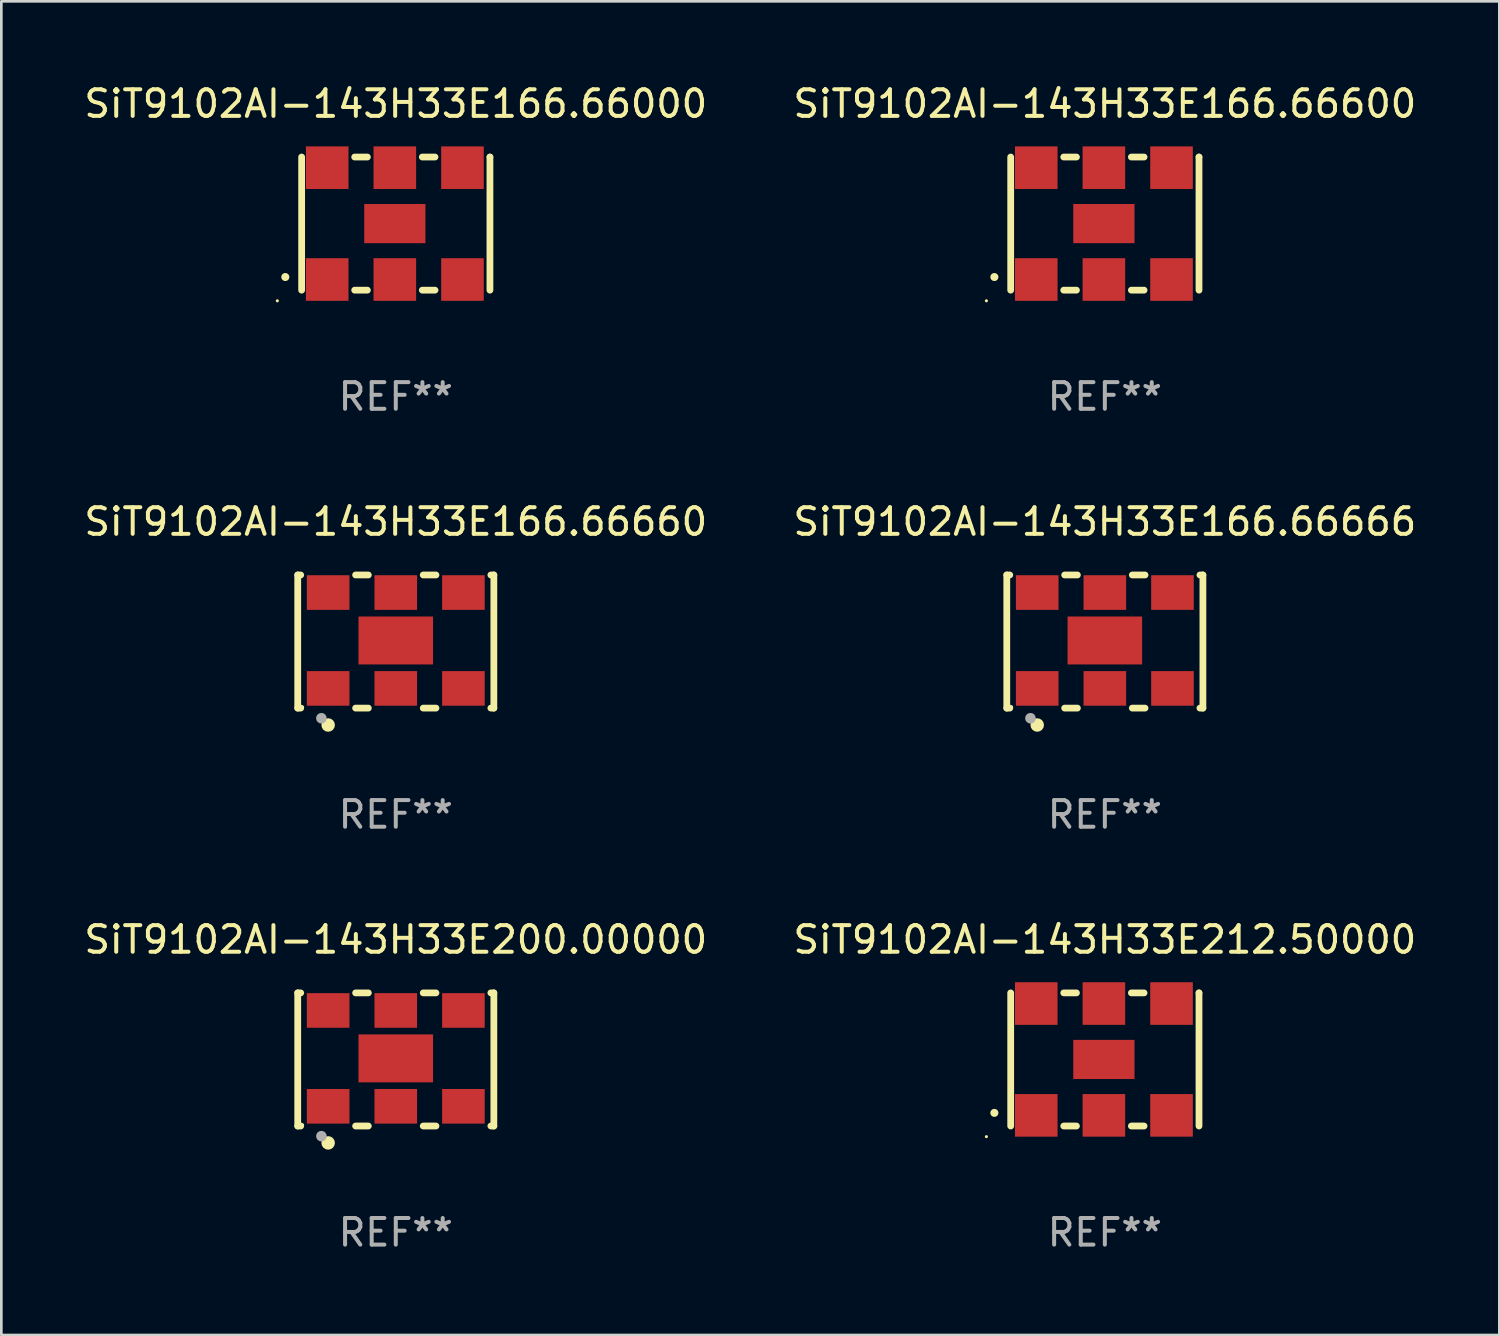
<source format=kicad_pcb>
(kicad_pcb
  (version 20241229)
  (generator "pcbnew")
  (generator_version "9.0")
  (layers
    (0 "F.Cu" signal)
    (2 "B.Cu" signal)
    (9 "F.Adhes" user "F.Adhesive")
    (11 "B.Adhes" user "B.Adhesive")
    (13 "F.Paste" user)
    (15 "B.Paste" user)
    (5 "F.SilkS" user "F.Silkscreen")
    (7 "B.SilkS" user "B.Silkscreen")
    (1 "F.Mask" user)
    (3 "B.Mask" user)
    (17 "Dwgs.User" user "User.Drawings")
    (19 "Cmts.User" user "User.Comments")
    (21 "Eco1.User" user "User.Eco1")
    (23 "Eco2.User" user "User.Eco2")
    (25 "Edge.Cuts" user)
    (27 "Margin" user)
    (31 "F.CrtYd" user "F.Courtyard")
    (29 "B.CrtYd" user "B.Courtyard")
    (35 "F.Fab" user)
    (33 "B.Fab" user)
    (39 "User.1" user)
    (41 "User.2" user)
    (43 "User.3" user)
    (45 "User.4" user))
  (footprint "SiT9102AI-143H33E212.50000"
    (layer "F.Cu")
    (at 38.446 36.741)
    (property "Reference" "SiT9102AI-143H33E212.50000" (at 0 -4.5 0) (layer "F.SilkS") (effects (font (size 1 1) (thickness 0.15))))
    (attr through_hole)
    (fp_line (start -3.536 -2.5) (end -3.536 2.5) (stroke (width 0.254) (type solid)) (layer "F.SilkS"))
    (fp_line (start -1.544 2.5) (end -1.067 2.5) (stroke (width 0.254) (type solid)) (layer "F.SilkS"))
    (fp_line (start -1.067 -2.5) (end -1.544 -2.5) (stroke (width 0.254) (type solid)) (layer "F.SilkS"))
    (fp_line (start 0.996 2.5) (end 1.473 2.5) (stroke (width 0.254) (type solid)) (layer "F.SilkS"))
    (fp_line (start 1.473 -2.5) (end 0.996 -2.5) (stroke (width 0.254) (type solid)) (layer "F.SilkS"))
    (fp_line (start 3.536 -2.5) (end 3.536 -2.5) (stroke (width 0.254) (type solid)) (layer "F.SilkS"))
    (fp_line (start 3.536 2.5) (end 3.536 -2.5) (stroke (width 0.254) (type solid)) (layer "F.SilkS"))
    (fp_arc (start -4.150432 2.006604) (mid -4.149162 2.006599) (end -4.147892 2.006604) (stroke (width 0.3) (type solid)) (layer "F.SilkS"))
    (fp_circle (center -4.449 2.9) (end -4.419 2.9) (stroke (width 0.06) (type solid)) (fill no) (layer "F.SilkS"))
    (fp_text user "REF**" (at 0 6.5 0) (layer "F.Fab") (effects (font (size 1 1) (thickness 0.15))))
    (pad "1" smd rect (at -2.576 2.1) (size 1.6 1.6) (layers "F.Cu" "F.Mask" "F.Paste"))
    (pad "2" smd rect (at -0.036 2.1) (size 1.6 1.6) (layers "F.Cu" "F.Mask" "F.Paste"))
    (pad "3" smd rect (at 2.504 2.1) (size 1.6 1.6) (layers "F.Cu" "F.Mask" "F.Paste"))
    (pad "4" smd rect (at 2.504 -2.1) (size 1.6 1.6) (layers "F.Cu" "F.Mask" "F.Paste"))
    (pad "5" smd rect (at -0.036 -2.1) (size 1.6 1.6) (layers "F.Cu" "F.Mask" "F.Paste"))
    (pad "6" smd rect (at -2.576 -2.1) (size 1.6 1.6) (layers "F.Cu" "F.Mask" "F.Paste"))
    (pad "7" smd rect (at -0.036 0) (size 2.3 1.47) (layers "F.Cu" "F.Mask" "F.Paste")))
  (footprint "SiT9102AI-143H33E200.00000"
    (layer "F.Cu")
    (at 11.815 36.741)
    (property "Reference" "SiT9102AI-143H33E200.00000" (at 0 -4.5 0) (layer "F.SilkS") (effects (font (size 1 1) (thickness 0.15))))
    (attr through_hole)
    (fp_line (start -3.683 -2.5) (end -3.571 -2.5) (stroke (width 0.254) (type solid)) (layer "F.SilkS"))
    (fp_line (start -3.683 2.5) (end -3.683 -2.5) (stroke (width 0.254) (type solid)) (layer "F.SilkS"))
    (fp_line (start -3.683 2.5) (end -3.571 2.5) (stroke (width 0.254) (type solid)) (layer "F.SilkS"))
    (fp_line (start -1.509 -2.5) (end -1.031 -2.5) (stroke (width 0.254) (type solid)) (layer "F.SilkS"))
    (fp_line (start -1.509 2.5) (end -1.031 2.5) (stroke (width 0.254) (type solid)) (layer "F.SilkS"))
    (fp_line (start 1.031 -2.5) (end 1.509 -2.5) (stroke (width 0.254) (type solid)) (layer "F.SilkS"))
    (fp_line (start 1.031 2.5) (end 1.509 2.5) (stroke (width 0.254) (type solid)) (layer "F.SilkS"))
    (fp_line (start 3.571 -2.5) (end 3.683 -2.5) (stroke (width 0.254) (type solid)) (layer "F.SilkS"))
    (fp_line (start 3.571 2.5) (end 3.683 2.5) (stroke (width 0.254) (type solid)) (layer "F.SilkS"))
    (fp_line (start 3.683 2.5) (end 3.683 -2.5) (stroke (width 0.254) (type solid)) (layer "F.SilkS"))
    (fp_circle (center -3.5 2.46) (end -3.47 2.46) (stroke (width 0.06) (type solid)) (fill no) (layer "F.SilkS"))
    (fp_circle (center -2.54 3.135) (end -2.413 3.135) (stroke (width 0.254) (type solid)) (fill no) (layer "F.SilkS"))
    (fp_circle (center -2.794 2.881) (end -2.694 2.881) (stroke (width 0.2) (type solid)) (fill no) (layer "F.Fab"))
    (fp_text user "REF**" (at 0 6.5 0) (layer "F.Fab") (effects (font (size 1 1) (thickness 0.15))))
    (pad "1" smd rect (at -2.54 1.76) (size 1.6 1.3) (layers "F.Cu" "F.Mask" "F.Paste"))
    (pad "2" smd rect (at 0 1.76) (size 1.6 1.3) (layers "F.Cu" "F.Mask" "F.Paste"))
    (pad "3" smd rect (at 2.54 1.76) (size 1.6 1.3) (layers "F.Cu" "F.Mask" "F.Paste"))
    (pad "4" smd rect (at 2.54 -1.84) (size 1.6 1.3) (layers "F.Cu" "F.Mask" "F.Paste"))
    (pad "5" smd rect (at 0 -1.84) (size 1.6 1.3) (layers "F.Cu" "F.Mask" "F.Paste"))
    (pad "6" smd rect (at -2.54 -1.84) (size 1.6 1.3) (layers "F.Cu" "F.Mask" "F.Paste"))
    (pad "7" smd rect (at 0 -0.04) (size 2.8 1.8) (layers "F.Cu" "F.Mask" "F.Paste")))
  (footprint "SiT9102AI-143H33E166.66600"
    (layer "F.Cu")
    (at 38.446 5.348)
    (property "Reference" "SiT9102AI-143H33E166.66600" (at 0 -4.5 0) (layer "F.SilkS") (effects (font (size 1 1) (thickness 0.15))))
    (attr through_hole)
    (fp_line (start -3.536 -2.5) (end -3.536 2.5) (stroke (width 0.254) (type solid)) (layer "F.SilkS"))
    (fp_line (start -1.544 2.5) (end -1.067 2.5) (stroke (width 0.254) (type solid)) (layer "F.SilkS"))
    (fp_line (start -1.067 -2.5) (end -1.544 -2.5) (stroke (width 0.254) (type solid)) (layer "F.SilkS"))
    (fp_line (start 0.996 2.5) (end 1.473 2.5) (stroke (width 0.254) (type solid)) (layer "F.SilkS"))
    (fp_line (start 1.473 -2.5) (end 0.996 -2.5) (stroke (width 0.254) (type solid)) (layer "F.SilkS"))
    (fp_line (start 3.536 -2.5) (end 3.536 -2.5) (stroke (width 0.254) (type solid)) (layer "F.SilkS"))
    (fp_line (start 3.536 2.5) (end 3.536 -2.5) (stroke (width 0.254) (type solid)) (layer "F.SilkS"))
    (fp_arc (start -4.150432 2.006604) (mid -4.149162 2.006599) (end -4.147892 2.006604) (stroke (width 0.3) (type solid)) (layer "F.SilkS"))
    (fp_circle (center -4.449 2.9) (end -4.419 2.9) (stroke (width 0.06) (type solid)) (fill no) (layer "F.SilkS"))
    (fp_text user "REF**" (at 0 6.5 0) (layer "F.Fab") (effects (font (size 1 1) (thickness 0.15))))
    (pad "1" smd rect (at -2.576 2.1) (size 1.6 1.6) (layers "F.Cu" "F.Mask" "F.Paste"))
    (pad "2" smd rect (at -0.036 2.1) (size 1.6 1.6) (layers "F.Cu" "F.Mask" "F.Paste"))
    (pad "3" smd rect (at 2.504 2.1) (size 1.6 1.6) (layers "F.Cu" "F.Mask" "F.Paste"))
    (pad "4" smd rect (at 2.504 -2.1) (size 1.6 1.6) (layers "F.Cu" "F.Mask" "F.Paste"))
    (pad "5" smd rect (at -0.036 -2.1) (size 1.6 1.6) (layers "F.Cu" "F.Mask" "F.Paste"))
    (pad "6" smd rect (at -2.576 -2.1) (size 1.6 1.6) (layers "F.Cu" "F.Mask" "F.Paste"))
    (pad "7" smd rect (at -0.036 0) (size 2.3 1.47) (layers "F.Cu" "F.Mask" "F.Paste")))
  (footprint "SiT9102AI-143H33E166.66660"
    (layer "F.Cu")
    (at 11.815 21.045)
    (property "Reference" "SiT9102AI-143H33E166.66660" (at 0 -4.5 0) (layer "F.SilkS") (effects (font (size 1 1) (thickness 0.15))))
    (attr through_hole)
    (fp_line (start -3.683 -2.5) (end -3.571 -2.5) (stroke (width 0.254) (type solid)) (layer "F.SilkS"))
    (fp_line (start -3.683 2.5) (end -3.683 -2.5) (stroke (width 0.254) (type solid)) (layer "F.SilkS"))
    (fp_line (start -3.683 2.5) (end -3.571 2.5) (stroke (width 0.254) (type solid)) (layer "F.SilkS"))
    (fp_line (start -1.509 -2.5) (end -1.031 -2.5) (stroke (width 0.254) (type solid)) (layer "F.SilkS"))
    (fp_line (start -1.509 2.5) (end -1.031 2.5) (stroke (width 0.254) (type solid)) (layer "F.SilkS"))
    (fp_line (start 1.031 -2.5) (end 1.509 -2.5) (stroke (width 0.254) (type solid)) (layer "F.SilkS"))
    (fp_line (start 1.031 2.5) (end 1.509 2.5) (stroke (width 0.254) (type solid)) (layer "F.SilkS"))
    (fp_line (start 3.571 -2.5) (end 3.683 -2.5) (stroke (width 0.254) (type solid)) (layer "F.SilkS"))
    (fp_line (start 3.571 2.5) (end 3.683 2.5) (stroke (width 0.254) (type solid)) (layer "F.SilkS"))
    (fp_line (start 3.683 2.5) (end 3.683 -2.5) (stroke (width 0.254) (type solid)) (layer "F.SilkS"))
    (fp_circle (center -3.5 2.46) (end -3.47 2.46) (stroke (width 0.06) (type solid)) (fill no) (layer "F.SilkS"))
    (fp_circle (center -2.54 3.135) (end -2.413 3.135) (stroke (width 0.254) (type solid)) (fill no) (layer "F.SilkS"))
    (fp_circle (center -2.794 2.881) (end -2.694 2.881) (stroke (width 0.2) (type solid)) (fill no) (layer "F.Fab"))
    (fp_text user "REF**" (at 0 6.5 0) (layer "F.Fab") (effects (font (size 1 1) (thickness 0.15))))
    (pad "1" smd rect (at -2.54 1.76) (size 1.6 1.3) (layers "F.Cu" "F.Mask" "F.Paste"))
    (pad "2" smd rect (at 0 1.76) (size 1.6 1.3) (layers "F.Cu" "F.Mask" "F.Paste"))
    (pad "3" smd rect (at 2.54 1.76) (size 1.6 1.3) (layers "F.Cu" "F.Mask" "F.Paste"))
    (pad "4" smd rect (at 2.54 -1.84) (size 1.6 1.3) (layers "F.Cu" "F.Mask" "F.Paste"))
    (pad "5" smd rect (at 0 -1.84) (size 1.6 1.3) (layers "F.Cu" "F.Mask" "F.Paste"))
    (pad "6" smd rect (at -2.54 -1.84) (size 1.6 1.3) (layers "F.Cu" "F.Mask" "F.Paste"))
    (pad "7" smd rect (at 0 -0.04) (size 2.8 1.8) (layers "F.Cu" "F.Mask" "F.Paste")))
  (footprint "SiT9102AI-143H33E166.66000"
    (layer "F.Cu")
    (at 11.815 5.348)
    (property "Reference" "SiT9102AI-143H33E166.66000" (at 0 -4.5 0) (layer "F.SilkS") (effects (font (size 1 1) (thickness 0.15))))
    (attr through_hole)
    (fp_line (start -3.536 -2.5) (end -3.536 2.5) (stroke (width 0.254) (type solid)) (layer "F.SilkS"))
    (fp_line (start -1.544 2.5) (end -1.067 2.5) (stroke (width 0.254) (type solid)) (layer "F.SilkS"))
    (fp_line (start -1.067 -2.5) (end -1.544 -2.5) (stroke (width 0.254) (type solid)) (layer "F.SilkS"))
    (fp_line (start 0.996 2.5) (end 1.473 2.5) (stroke (width 0.254) (type solid)) (layer "F.SilkS"))
    (fp_line (start 1.473 -2.5) (end 0.996 -2.5) (stroke (width 0.254) (type solid)) (layer "F.SilkS"))
    (fp_line (start 3.536 -2.5) (end 3.536 -2.5) (stroke (width 0.254) (type solid)) (layer "F.SilkS"))
    (fp_line (start 3.536 2.5) (end 3.536 -2.5) (stroke (width 0.254) (type solid)) (layer "F.SilkS"))
    (fp_arc (start -4.150432 2.006604) (mid -4.149162 2.006599) (end -4.147892 2.006604) (stroke (width 0.3) (type solid)) (layer "F.SilkS"))
    (fp_circle (center -4.449 2.9) (end -4.419 2.9) (stroke (width 0.06) (type solid)) (fill no) (layer "F.SilkS"))
    (fp_text user "REF**" (at 0 6.5 0) (layer "F.Fab") (effects (font (size 1 1) (thickness 0.15))))
    (pad "1" smd rect (at -2.576 2.1) (size 1.6 1.6) (layers "F.Cu" "F.Mask" "F.Paste"))
    (pad "2" smd rect (at -0.036 2.1) (size 1.6 1.6) (layers "F.Cu" "F.Mask" "F.Paste"))
    (pad "3" smd rect (at 2.504 2.1) (size 1.6 1.6) (layers "F.Cu" "F.Mask" "F.Paste"))
    (pad "4" smd rect (at 2.504 -2.1) (size 1.6 1.6) (layers "F.Cu" "F.Mask" "F.Paste"))
    (pad "5" smd rect (at -0.036 -2.1) (size 1.6 1.6) (layers "F.Cu" "F.Mask" "F.Paste"))
    (pad "6" smd rect (at -2.576 -2.1) (size 1.6 1.6) (layers "F.Cu" "F.Mask" "F.Paste"))
    (pad "7" smd rect (at -0.036 0) (size 2.3 1.47) (layers "F.Cu" "F.Mask" "F.Paste")))
  (footprint "SiT9102AI-143H33E166.66666"
    (layer "F.Cu")
    (at 38.446 21.045)
    (property "Reference" "SiT9102AI-143H33E166.66666" (at 0 -4.5 0) (layer "F.SilkS") (effects (font (size 1 1) (thickness 0.15))))
    (attr through_hole)
    (fp_line (start -3.683 -2.5) (end -3.571 -2.5) (stroke (width 0.254) (type solid)) (layer "F.SilkS"))
    (fp_line (start -3.683 2.5) (end -3.683 -2.5) (stroke (width 0.254) (type solid)) (layer "F.SilkS"))
    (fp_line (start -3.683 2.5) (end -3.571 2.5) (stroke (width 0.254) (type solid)) (layer "F.SilkS"))
    (fp_line (start -1.509 -2.5) (end -1.031 -2.5) (stroke (width 0.254) (type solid)) (layer "F.SilkS"))
    (fp_line (start -1.509 2.5) (end -1.031 2.5) (stroke (width 0.254) (type solid)) (layer "F.SilkS"))
    (fp_line (start 1.031 -2.5) (end 1.509 -2.5) (stroke (width 0.254) (type solid)) (layer "F.SilkS"))
    (fp_line (start 1.031 2.5) (end 1.509 2.5) (stroke (width 0.254) (type solid)) (layer "F.SilkS"))
    (fp_line (start 3.571 -2.5) (end 3.683 -2.5) (stroke (width 0.254) (type solid)) (layer "F.SilkS"))
    (fp_line (start 3.571 2.5) (end 3.683 2.5) (stroke (width 0.254) (type solid)) (layer "F.SilkS"))
    (fp_line (start 3.683 2.5) (end 3.683 -2.5) (stroke (width 0.254) (type solid)) (layer "F.SilkS"))
    (fp_circle (center -3.5 2.46) (end -3.47 2.46) (stroke (width 0.06) (type solid)) (fill no) (layer "F.SilkS"))
    (fp_circle (center -2.54 3.135) (end -2.413 3.135) (stroke (width 0.254) (type solid)) (fill no) (layer "F.SilkS"))
    (fp_circle (center -2.794 2.881) (end -2.694 2.881) (stroke (width 0.2) (type solid)) (fill no) (layer "F.Fab"))
    (fp_text user "REF**" (at 0 6.5 0) (layer "F.Fab") (effects (font (size 1 1) (thickness 0.15))))
    (pad "1" smd rect (at -2.54 1.76) (size 1.6 1.3) (layers "F.Cu" "F.Mask" "F.Paste"))
    (pad "2" smd rect (at 0 1.76) (size 1.6 1.3) (layers "F.Cu" "F.Mask" "F.Paste"))
    (pad "3" smd rect (at 2.54 1.76) (size 1.6 1.3) (layers "F.Cu" "F.Mask" "F.Paste"))
    (pad "4" smd rect (at 2.54 -1.84) (size 1.6 1.3) (layers "F.Cu" "F.Mask" "F.Paste"))
    (pad "5" smd rect (at 0 -1.84) (size 1.6 1.3) (layers "F.Cu" "F.Mask" "F.Paste"))
    (pad "6" smd rect (at -2.54 -1.84) (size 1.6 1.3) (layers "F.Cu" "F.Mask" "F.Paste"))
    (pad "7" smd rect (at 0 -0.04) (size 2.8 1.8) (layers "F.Cu" "F.Mask" "F.Paste")))
  (gr_rect
    (start -3 -3)
    (end 53.262 47.09)
    (stroke (width 0.1) (type default))
    (fill no)
    (layer "Edge.Cuts")))
</source>
